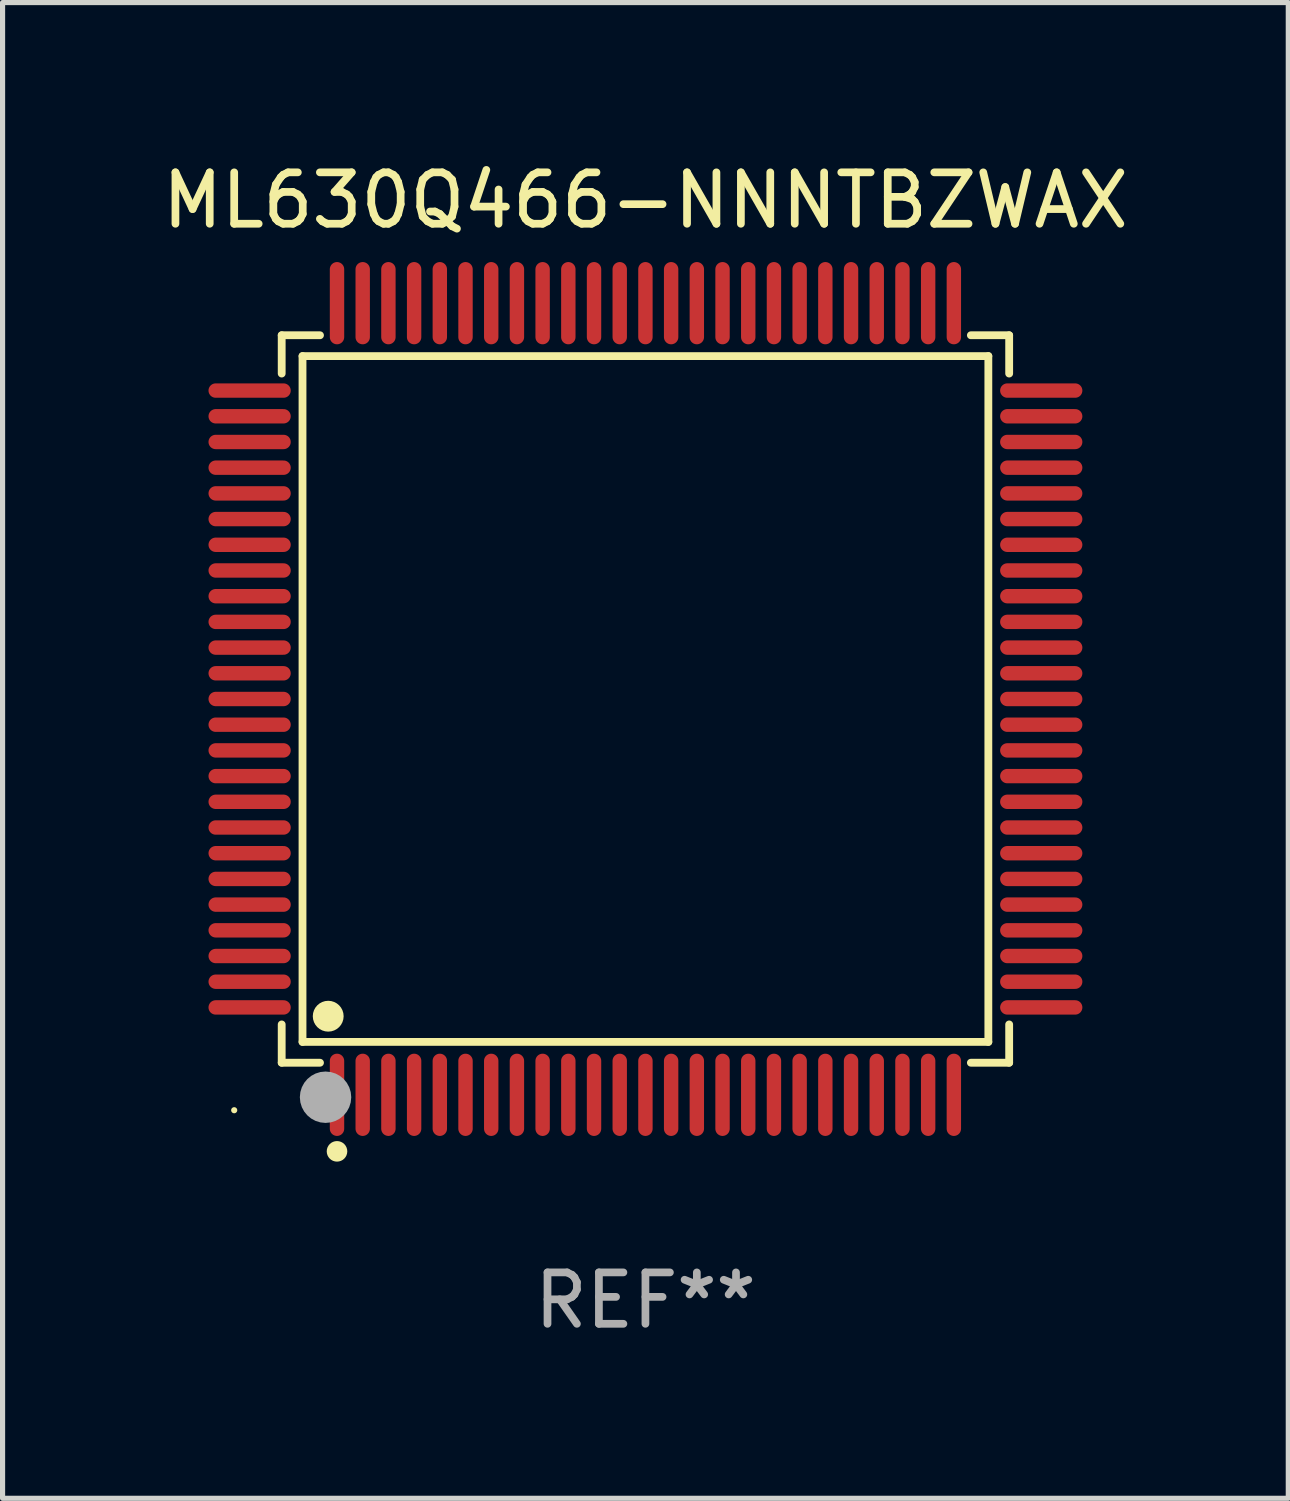
<source format=kicad_pcb>
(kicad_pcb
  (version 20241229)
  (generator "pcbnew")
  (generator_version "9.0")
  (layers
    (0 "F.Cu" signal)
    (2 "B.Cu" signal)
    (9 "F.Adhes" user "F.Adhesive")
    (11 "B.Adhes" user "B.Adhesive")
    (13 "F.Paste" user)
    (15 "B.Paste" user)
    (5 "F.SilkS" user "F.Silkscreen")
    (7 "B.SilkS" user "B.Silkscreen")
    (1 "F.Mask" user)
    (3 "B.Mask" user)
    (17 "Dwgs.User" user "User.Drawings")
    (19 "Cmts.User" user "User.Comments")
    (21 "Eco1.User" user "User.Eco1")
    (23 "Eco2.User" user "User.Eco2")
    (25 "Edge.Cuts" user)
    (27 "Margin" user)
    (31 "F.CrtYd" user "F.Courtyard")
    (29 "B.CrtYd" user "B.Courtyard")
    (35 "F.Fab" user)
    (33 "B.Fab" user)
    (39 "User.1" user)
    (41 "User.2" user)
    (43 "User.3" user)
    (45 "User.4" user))
  (footprint "ML630Q466-NNNTBZWAX"
    (layer "F.Cu")
    (at 9.506 10.548)
    (property "Reference" "ML630Q466-NNNTBZWAX" (at 0 -9.7 0) (layer "F.SilkS") (effects (font (size 1 1) (thickness 0.15))))
    (attr through_hole)
    (fp_line (start -7.076 -7.076) (end -6.331 -7.076) (stroke (width 0.152) (type solid)) (layer "F.SilkS"))
    (fp_line (start -7.076 -6.331) (end -7.076 -7.076) (stroke (width 0.152) (type solid)) (layer "F.SilkS"))
    (fp_line (start -7.076 6.331) (end -7.076 7.076) (stroke (width 0.152) (type solid)) (layer "F.SilkS"))
    (fp_line (start -7.076 7.076) (end -6.331 7.076) (stroke (width 0.152) (type solid)) (layer "F.SilkS"))
    (fp_line (start -6.671 -6.671) (end 6.671 -6.671) (stroke (width 0.152) (type solid)) (layer "F.SilkS"))
    (fp_line (start -6.671 6.671) (end -6.671 -6.671) (stroke (width 0.152) (type solid)) (layer "F.SilkS"))
    (fp_line (start 6.671 -6.671) (end 6.671 6.671) (stroke (width 0.152) (type solid)) (layer "F.SilkS"))
    (fp_line (start 6.671 6.671) (end -6.671 6.671) (stroke (width 0.152) (type solid)) (layer "F.SilkS"))
    (fp_line (start 7.076 -7.076) (end 6.331 -7.076) (stroke (width 0.152) (type solid)) (layer "F.SilkS"))
    (fp_line (start 7.076 -6.331) (end 7.076 -7.076) (stroke (width 0.152) (type solid)) (layer "F.SilkS"))
    (fp_line (start 7.076 6.331) (end 7.076 7.076) (stroke (width 0.152) (type solid)) (layer "F.SilkS"))
    (fp_line (start 7.076 7.076) (end 6.331 7.076) (stroke (width 0.152) (type solid)) (layer "F.SilkS"))
    (fp_circle (center -8 8) (end -7.97 8) (stroke (width 0.06) (type solid)) (fill no) (layer "F.SilkS"))
    (fp_circle (center -6.171 6.171) (end -6.021 6.171) (stroke (width 0.3) (type solid)) (fill no) (layer "F.SilkS"))
    (fp_circle (center -6 8.8) (end -5.9 8.8) (stroke (width 0.2) (type solid)) (fill no) (layer "F.SilkS"))
    (fp_circle (center -6.223 7.747) (end -5.973 7.747) (stroke (width 0.5) (type solid)) (fill no) (layer "F.Fab"))
    (fp_text user "REF**" (at 0 11.7 0) (layer "F.Fab") (effects (font (size 1 1) (thickness 0.15))))
    (pad "1" smd oval (at -6 7.7) (size 0.28 1.6) (layers "F.Cu" "F.Mask" "F.Paste"))
    (pad "2" smd oval (at -5.5 7.7) (size 0.28 1.6) (layers "F.Cu" "F.Mask" "F.Paste"))
    (pad "3" smd oval (at -5 7.7) (size 0.28 1.6) (layers "F.Cu" "F.Mask" "F.Paste"))
    (pad "4" smd oval (at -4.5 7.7) (size 0.28 1.6) (layers "F.Cu" "F.Mask" "F.Paste"))
    (pad "5" smd oval (at -4 7.7) (size 0.28 1.6) (layers "F.Cu" "F.Mask" "F.Paste"))
    (pad "6" smd oval (at -3.5 7.7) (size 0.28 1.6) (layers "F.Cu" "F.Mask" "F.Paste"))
    (pad "7" smd oval (at -3 7.7) (size 0.28 1.6) (layers "F.Cu" "F.Mask" "F.Paste"))
    (pad "8" smd oval (at -2.5 7.7) (size 0.28 1.6) (layers "F.Cu" "F.Mask" "F.Paste"))
    (pad "9" smd oval (at -2 7.7) (size 0.28 1.6) (layers "F.Cu" "F.Mask" "F.Paste"))
    (pad "10" smd oval (at -1.5 7.7) (size 0.28 1.6) (layers "F.Cu" "F.Mask" "F.Paste"))
    (pad "11" smd oval (at -1 7.7) (size 0.28 1.6) (layers "F.Cu" "F.Mask" "F.Paste"))
    (pad "12" smd oval (at -0.5 7.7) (size 0.28 1.6) (layers "F.Cu" "F.Mask" "F.Paste"))
    (pad "13" smd oval (at 0 7.7) (size 0.28 1.6) (layers "F.Cu" "F.Mask" "F.Paste"))
    (pad "14" smd oval (at 0.5 7.7) (size 0.28 1.6) (layers "F.Cu" "F.Mask" "F.Paste"))
    (pad "15" smd oval (at 1 7.7) (size 0.28 1.6) (layers "F.Cu" "F.Mask" "F.Paste"))
    (pad "16" smd oval (at 1.5 7.7) (size 0.28 1.6) (layers "F.Cu" "F.Mask" "F.Paste"))
    (pad "17" smd oval (at 2 7.7) (size 0.28 1.6) (layers "F.Cu" "F.Mask" "F.Paste"))
    (pad "18" smd oval (at 2.5 7.7) (size 0.28 1.6) (layers "F.Cu" "F.Mask" "F.Paste"))
    (pad "19" smd oval (at 3 7.7) (size 0.28 1.6) (layers "F.Cu" "F.Mask" "F.Paste"))
    (pad "20" smd oval (at 3.5 7.7) (size 0.28 1.6) (layers "F.Cu" "F.Mask" "F.Paste"))
    (pad "21" smd oval (at 4 7.7) (size 0.28 1.6) (layers "F.Cu" "F.Mask" "F.Paste"))
    (pad "22" smd oval (at 4.5 7.7) (size 0.28 1.6) (layers "F.Cu" "F.Mask" "F.Paste"))
    (pad "23" smd oval (at 5 7.7) (size 0.28 1.6) (layers "F.Cu" "F.Mask" "F.Paste"))
    (pad "24" smd oval (at 5.5 7.7) (size 0.28 1.6) (layers "F.Cu" "F.Mask" "F.Paste"))
    (pad "25" smd oval (at 6 7.7) (size 0.28 1.6) (layers "F.Cu" "F.Mask" "F.Paste"))
    (pad "26" smd oval (at 7.7 6) (size 1.6 0.28) (layers "F.Cu" "F.Mask" "F.Paste"))
    (pad "27" smd oval (at 7.7 5.5) (size 1.6 0.28) (layers "F.Cu" "F.Mask" "F.Paste"))
    (pad "28" smd oval (at 7.7 5) (size 1.6 0.28) (layers "F.Cu" "F.Mask" "F.Paste"))
    (pad "29" smd oval (at 7.7 4.5) (size 1.6 0.28) (layers "F.Cu" "F.Mask" "F.Paste"))
    (pad "30" smd oval (at 7.7 4) (size 1.6 0.28) (layers "F.Cu" "F.Mask" "F.Paste"))
    (pad "31" smd oval (at 7.7 3.5) (size 1.6 0.28) (layers "F.Cu" "F.Mask" "F.Paste"))
    (pad "32" smd oval (at 7.7 3) (size 1.6 0.28) (layers "F.Cu" "F.Mask" "F.Paste"))
    (pad "33" smd oval (at 7.7 2.5) (size 1.6 0.28) (layers "F.Cu" "F.Mask" "F.Paste"))
    (pad "34" smd oval (at 7.7 2) (size 1.6 0.28) (layers "F.Cu" "F.Mask" "F.Paste"))
    (pad "35" smd oval (at 7.7 1.5) (size 1.6 0.28) (layers "F.Cu" "F.Mask" "F.Paste"))
    (pad "36" smd oval (at 7.7 1) (size 1.6 0.28) (layers "F.Cu" "F.Mask" "F.Paste"))
    (pad "37" smd oval (at 7.7 0.5) (size 1.6 0.28) (layers "F.Cu" "F.Mask" "F.Paste"))
    (pad "38" smd oval (at 7.7 0) (size 1.6 0.28) (layers "F.Cu" "F.Mask" "F.Paste"))
    (pad "39" smd oval (at 7.7 -0.5) (size 1.6 0.28) (layers "F.Cu" "F.Mask" "F.Paste"))
    (pad "40" smd oval (at 7.7 -1) (size 1.6 0.28) (layers "F.Cu" "F.Mask" "F.Paste"))
    (pad "41" smd oval (at 7.7 -1.5) (size 1.6 0.28) (layers "F.Cu" "F.Mask" "F.Paste"))
    (pad "42" smd oval (at 7.7 -2) (size 1.6 0.28) (layers "F.Cu" "F.Mask" "F.Paste"))
    (pad "43" smd oval (at 7.7 -2.5) (size 1.6 0.28) (layers "F.Cu" "F.Mask" "F.Paste"))
    (pad "44" smd oval (at 7.7 -3) (size 1.6 0.28) (layers "F.Cu" "F.Mask" "F.Paste"))
    (pad "45" smd oval (at 7.7 -3.5) (size 1.6 0.28) (layers "F.Cu" "F.Mask" "F.Paste"))
    (pad "46" smd oval (at 7.7 -4) (size 1.6 0.28) (layers "F.Cu" "F.Mask" "F.Paste"))
    (pad "47" smd oval (at 7.7 -4.5) (size 1.6 0.28) (layers "F.Cu" "F.Mask" "F.Paste"))
    (pad "48" smd oval (at 7.7 -5) (size 1.6 0.28) (layers "F.Cu" "F.Mask" "F.Paste"))
    (pad "49" smd oval (at 7.7 -5.5) (size 1.6 0.28) (layers "F.Cu" "F.Mask" "F.Paste"))
    (pad "50" smd oval (at 7.7 -6) (size 1.6 0.28) (layers "F.Cu" "F.Mask" "F.Paste"))
    (pad "51" smd oval (at 6 -7.7) (size 0.28 1.6) (layers "F.Cu" "F.Mask" "F.Paste"))
    (pad "52" smd oval (at 5.5 -7.7) (size 0.28 1.6) (layers "F.Cu" "F.Mask" "F.Paste"))
    (pad "53" smd oval (at 5 -7.7) (size 0.28 1.6) (layers "F.Cu" "F.Mask" "F.Paste"))
    (pad "54" smd oval (at 4.5 -7.7) (size 0.28 1.6) (layers "F.Cu" "F.Mask" "F.Paste"))
    (pad "55" smd oval (at 4 -7.7) (size 0.28 1.6) (layers "F.Cu" "F.Mask" "F.Paste"))
    (pad "56" smd oval (at 3.5 -7.7) (size 0.28 1.6) (layers "F.Cu" "F.Mask" "F.Paste"))
    (pad "57" smd oval (at 3 -7.7) (size 0.28 1.6) (layers "F.Cu" "F.Mask" "F.Paste"))
    (pad "58" smd oval (at 2.5 -7.7) (size 0.28 1.6) (layers "F.Cu" "F.Mask" "F.Paste"))
    (pad "59" smd oval (at 2 -7.7) (size 0.28 1.6) (layers "F.Cu" "F.Mask" "F.Paste"))
    (pad "60" smd oval (at 1.5 -7.7) (size 0.28 1.6) (layers "F.Cu" "F.Mask" "F.Paste"))
    (pad "61" smd oval (at 1 -7.7) (size 0.28 1.6) (layers "F.Cu" "F.Mask" "F.Paste"))
    (pad "62" smd oval (at 0.5 -7.7) (size 0.28 1.6) (layers "F.Cu" "F.Mask" "F.Paste"))
    (pad "63" smd oval (at 0 -7.7) (size 0.28 1.6) (layers "F.Cu" "F.Mask" "F.Paste"))
    (pad "64" smd oval (at -0.5 -7.7) (size 0.28 1.6) (layers "F.Cu" "F.Mask" "F.Paste"))
    (pad "65" smd oval (at -1 -7.7) (size 0.28 1.6) (layers "F.Cu" "F.Mask" "F.Paste"))
    (pad "66" smd oval (at -1.5 -7.7) (size 0.28 1.6) (layers "F.Cu" "F.Mask" "F.Paste"))
    (pad "67" smd oval (at -2 -7.7) (size 0.28 1.6) (layers "F.Cu" "F.Mask" "F.Paste"))
    (pad "68" smd oval (at -2.5 -7.7) (size 0.28 1.6) (layers "F.Cu" "F.Mask" "F.Paste"))
    (pad "69" smd oval (at -3 -7.7) (size 0.28 1.6) (layers "F.Cu" "F.Mask" "F.Paste"))
    (pad "70" smd oval (at -3.5 -7.7) (size 0.28 1.6) (layers "F.Cu" "F.Mask" "F.Paste"))
    (pad "71" smd oval (at -4 -7.7) (size 0.28 1.6) (layers "F.Cu" "F.Mask" "F.Paste"))
    (pad "72" smd oval (at -4.5 -7.7) (size 0.28 1.6) (layers "F.Cu" "F.Mask" "F.Paste"))
    (pad "73" smd oval (at -5 -7.7) (size 0.28 1.6) (layers "F.Cu" "F.Mask" "F.Paste"))
    (pad "74" smd oval (at -5.5 -7.7) (size 0.28 1.6) (layers "F.Cu" "F.Mask" "F.Paste"))
    (pad "75" smd oval (at -6 -7.7) (size 0.28 1.6) (layers "F.Cu" "F.Mask" "F.Paste"))
    (pad "76" smd oval (at -7.7 -6) (size 1.6 0.28) (layers "F.Cu" "F.Mask" "F.Paste"))
    (pad "77" smd oval (at -7.7 -5.5) (size 1.6 0.28) (layers "F.Cu" "F.Mask" "F.Paste"))
    (pad "78" smd oval (at -7.7 -5) (size 1.6 0.28) (layers "F.Cu" "F.Mask" "F.Paste"))
    (pad "79" smd oval (at -7.7 -4.5) (size 1.6 0.28) (layers "F.Cu" "F.Mask" "F.Paste"))
    (pad "80" smd oval (at -7.7 -4) (size 1.6 0.28) (layers "F.Cu" "F.Mask" "F.Paste"))
    (pad "81" smd oval (at -7.7 -3.5) (size 1.6 0.28) (layers "F.Cu" "F.Mask" "F.Paste"))
    (pad "82" smd oval (at -7.7 -3) (size 1.6 0.28) (layers "F.Cu" "F.Mask" "F.Paste"))
    (pad "83" smd oval (at -7.7 -2.5) (size 1.6 0.28) (layers "F.Cu" "F.Mask" "F.Paste"))
    (pad "84" smd oval (at -7.7 -2) (size 1.6 0.28) (layers "F.Cu" "F.Mask" "F.Paste"))
    (pad "85" smd oval (at -7.7 -1.5) (size 1.6 0.28) (layers "F.Cu" "F.Mask" "F.Paste"))
    (pad "86" smd oval (at -7.7 -1) (size 1.6 0.28) (layers "F.Cu" "F.Mask" "F.Paste"))
    (pad "87" smd oval (at -7.7 -0.5) (size 1.6 0.28) (layers "F.Cu" "F.Mask" "F.Paste"))
    (pad "88" smd oval (at -7.7 0) (size 1.6 0.28) (layers "F.Cu" "F.Mask" "F.Paste"))
    (pad "89" smd oval (at -7.7 0.5) (size 1.6 0.28) (layers "F.Cu" "F.Mask" "F.Paste"))
    (pad "90" smd oval (at -7.7 1) (size 1.6 0.28) (layers "F.Cu" "F.Mask" "F.Paste"))
    (pad "91" smd oval (at -7.7 1.5) (size 1.6 0.28) (layers "F.Cu" "F.Mask" "F.Paste"))
    (pad "92" smd oval (at -7.7 2) (size 1.6 0.28) (layers "F.Cu" "F.Mask" "F.Paste"))
    (pad "93" smd oval (at -7.7 2.5) (size 1.6 0.28) (layers "F.Cu" "F.Mask" "F.Paste"))
    (pad "94" smd oval (at -7.7 3) (size 1.6 0.28) (layers "F.Cu" "F.Mask" "F.Paste"))
    (pad "95" smd oval (at -7.7 3.5) (size 1.6 0.28) (layers "F.Cu" "F.Mask" "F.Paste"))
    (pad "96" smd oval (at -7.7 4) (size 1.6 0.28) (layers "F.Cu" "F.Mask" "F.Paste"))
    (pad "97" smd oval (at -7.7 4.5) (size 1.6 0.28) (layers "F.Cu" "F.Mask" "F.Paste"))
    (pad "98" smd oval (at -7.7 5) (size 1.6 0.28) (layers "F.Cu" "F.Mask" "F.Paste"))
    (pad "99" smd oval (at -7.7 5.5) (size 1.6 0.28) (layers "F.Cu" "F.Mask" "F.Paste"))
    (pad "100" smd oval (at -7.7 6) (size 1.6 0.28) (layers "F.Cu" "F.Mask" "F.Paste")))
  (gr_rect
    (start -3 -3)
    (end 22.012 26.097)
    (stroke (width 0.1) (type default))
    (fill no)
    (layer "Edge.Cuts")))
</source>
